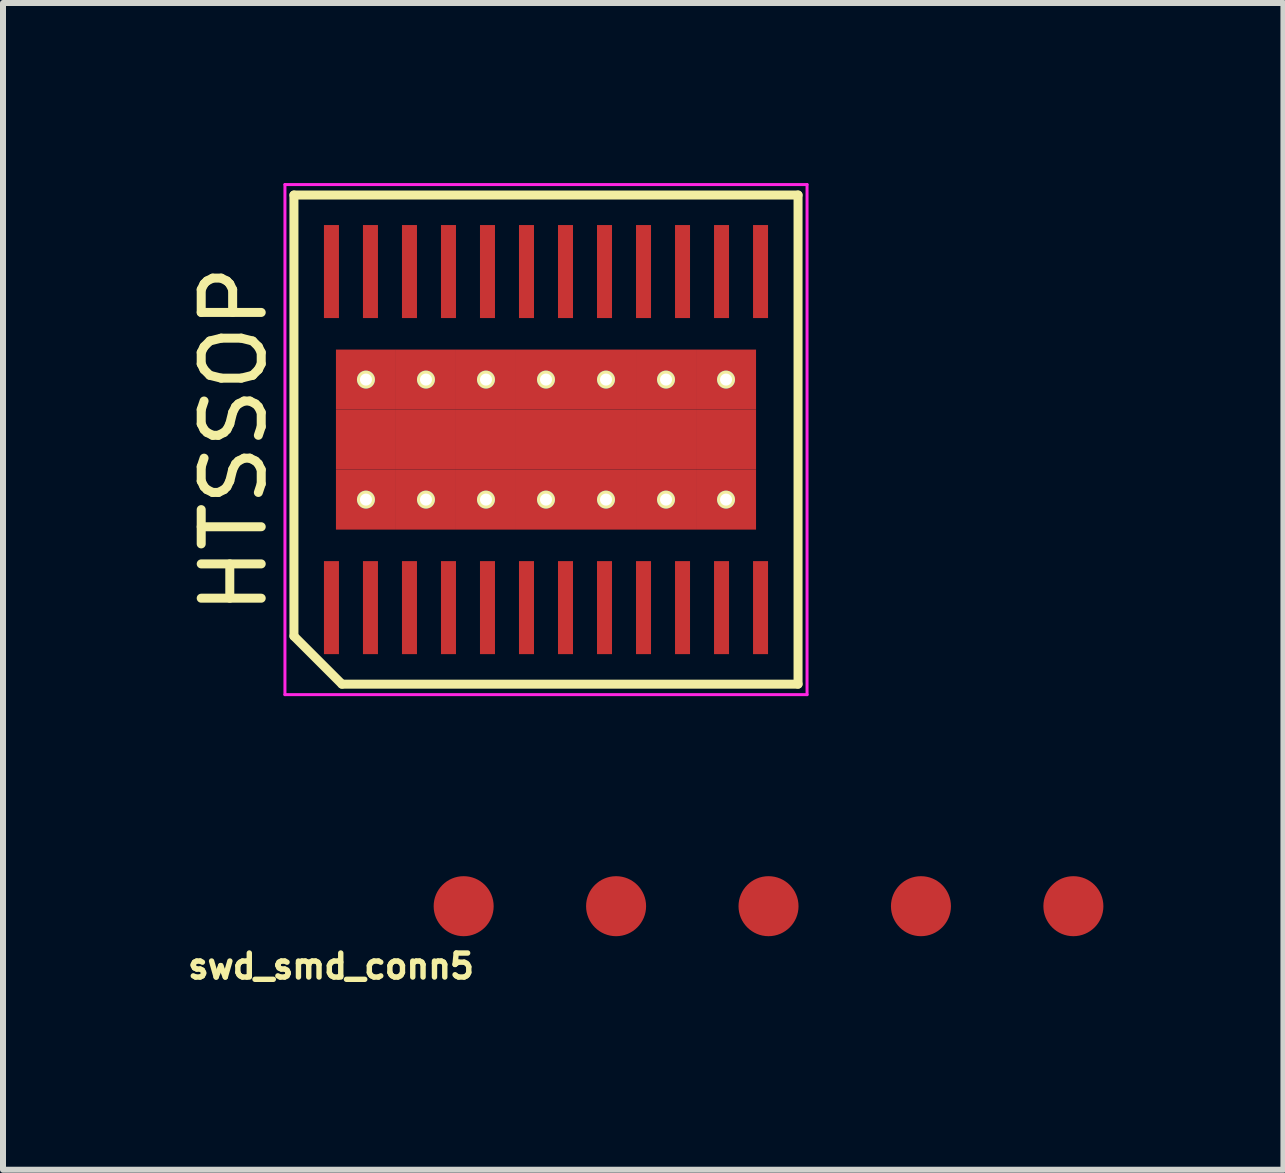
<source format=kicad_pcb>
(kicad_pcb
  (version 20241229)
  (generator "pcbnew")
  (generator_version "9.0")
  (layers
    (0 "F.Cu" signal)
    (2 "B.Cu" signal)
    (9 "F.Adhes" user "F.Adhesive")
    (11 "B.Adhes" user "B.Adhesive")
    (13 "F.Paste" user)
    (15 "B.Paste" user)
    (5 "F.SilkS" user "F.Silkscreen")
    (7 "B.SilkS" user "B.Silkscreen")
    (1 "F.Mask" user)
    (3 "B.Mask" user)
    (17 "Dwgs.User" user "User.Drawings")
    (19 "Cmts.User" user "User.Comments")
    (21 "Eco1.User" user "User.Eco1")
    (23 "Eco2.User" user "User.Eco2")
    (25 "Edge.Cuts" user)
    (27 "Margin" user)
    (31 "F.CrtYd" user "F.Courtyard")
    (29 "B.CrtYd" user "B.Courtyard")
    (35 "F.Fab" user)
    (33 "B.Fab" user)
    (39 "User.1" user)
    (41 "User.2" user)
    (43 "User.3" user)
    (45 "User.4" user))
  (footprint "HTSSOP"
    (layer "F.Cu")
    (at 6.048 4.275)
    (property "Reference" "HTSSOP" (at -5.2 0 90) (layer "F.SilkS") (effects (font (size 1 1) (thickness 0.15))))
    (attr smd)
    (fp_line (start -4.2 -4.075) (end 4.2 -4.075) (stroke (width 0.15) (type solid)) (layer "F.SilkS"))
    (fp_line (start -4.2 3.275) (end -4.2 -4.075) (stroke (width 0.15) (type solid)) (layer "F.SilkS"))
    (fp_line (start -3.4 4.075) (end -4.2 3.275) (stroke (width 0.15) (type solid)) (layer "F.SilkS"))
    (fp_line (start 4.2 -4.075) (end 4.2 4.075) (stroke (width 0.15) (type solid)) (layer "F.SilkS"))
    (fp_line (start 4.2 4.075) (end -3.4 4.075) (stroke (width 0.15) (type solid)) (layer "F.SilkS"))
    (fp_line (start -4.35 -4.25) (end 4.35 -4.25) (stroke (width 0.05) (type solid)) (layer "F.CrtYd"))
    (fp_line (start -4.35 4.25) (end -4.35 -4.25) (stroke (width 0.05) (type solid)) (layer "F.CrtYd"))
    (fp_line (start 4.35 -4.25) (end 4.35 4.25) (stroke (width 0.05) (type solid)) (layer "F.CrtYd"))
    (fp_line (start 4.35 4.25) (end -4.35 4.25) (stroke (width 0.05) (type solid)) (layer "F.CrtYd"))
    (pad "1" smd rect (at -3.575 2.8) (size 0.25 1.55) (layers "F.Cu" "F.Mask" "F.Paste"))
    (pad "2" smd rect (at -2.925 2.8) (size 0.25 1.55) (layers "F.Cu" "F.Mask" "F.Paste"))
    (pad "3" smd rect (at -2.275 2.8) (size 0.25 1.55) (layers "F.Cu" "F.Mask" "F.Paste"))
    (pad "4" smd rect (at -1.625 2.8) (size 0.25 1.55) (layers "F.Cu" "F.Mask" "F.Paste"))
    (pad "5" smd rect (at -0.975 2.8) (size 0.25 1.55) (layers "F.Cu" "F.Mask" "F.Paste"))
    (pad "6" smd rect (at -0.325 2.8) (size 0.25 1.55) (layers "F.Cu" "F.Mask" "F.Paste"))
    (pad "7" smd rect (at 0.325 2.8) (size 0.25 1.55) (layers "F.Cu" "F.Mask" "F.Paste"))
    (pad "8" smd rect (at 0.975 2.8) (size 0.25 1.55) (layers "F.Cu" "F.Mask" "F.Paste"))
    (pad "9" smd rect (at 1.625 2.8) (size 0.25 1.55) (layers "F.Cu" "F.Mask" "F.Paste"))
    (pad "10" smd rect (at 2.275 2.8) (size 0.25 1.55) (layers "F.Cu" "F.Mask" "F.Paste"))
    (pad "11" smd rect (at 2.925 2.8) (size 0.25 1.55) (layers "F.Cu" "F.Mask" "F.Paste"))
    (pad "12" smd rect (at 3.575 2.8) (size 0.25 1.55) (layers "F.Cu" "F.Mask" "F.Paste"))
    (pad "13" smd rect (at 3.575 -2.8) (size 0.25 1.55) (layers "F.Cu" "F.Mask" "F.Paste"))
    (pad "14" smd rect (at 2.925 -2.8) (size 0.25 1.55) (layers "F.Cu" "F.Mask" "F.Paste"))
    (pad "15" smd rect (at 2.275 -2.8) (size 0.25 1.55) (layers "F.Cu" "F.Mask" "F.Paste"))
    (pad "16" smd rect (at 1.625 -2.8) (size 0.25 1.55) (layers "F.Cu" "F.Mask" "F.Paste"))
    (pad "17" smd rect (at 0.975 -2.8) (size 0.25 1.55) (layers "F.Cu" "F.Mask" "F.Paste"))
    (pad "18" smd rect (at 0.325 -2.8) (size 0.25 1.55) (layers "F.Cu" "F.Mask" "F.Paste"))
    (pad "19" smd rect (at -0.325 -2.8) (size 0.25 1.55) (layers "F.Cu" "F.Mask" "F.Paste"))
    (pad "20" smd rect (at -0.975 -2.8) (size 0.25 1.55) (layers "F.Cu" "F.Mask" "F.Paste"))
    (pad "21" smd rect (at -1.625 -2.8) (size 0.25 1.55) (layers "F.Cu" "F.Mask" "F.Paste"))
    (pad "22" smd rect (at -2.275 -2.8) (size 0.25 1.55) (layers "F.Cu" "F.Mask" "F.Paste"))
    (pad "23" smd rect (at -2.925 -2.8) (size 0.25 1.55) (layers "F.Cu" "F.Mask" "F.Paste"))
    (pad "24" smd rect (at -3.575 -2.8) (size 0.25 1.55) (layers "F.Cu" "F.Mask" "F.Paste"))
    (pad "25" thru_hole circle (at -3 -1) (size 0.3 0.3) (drill 0.2) (layers "*.Cu" "*.Mask" "F.SilkS"))
    (pad "25" smd rect (at -3 -1) (size 1 1) (layers "F.Cu" "F.Mask" "F.Paste"))
    (pad "25" smd rect (at -3 0) (size 1 1) (layers "F.Cu" "F.Mask" "F.Paste"))
    (pad "25" thru_hole circle (at -3 1) (size 0.3 0.3) (drill 0.2) (layers "*.Cu" "*.Mask" "F.SilkS"))
    (pad "25" smd rect (at -3 1) (size 1 1) (layers "F.Cu" "F.Mask" "F.Paste"))
    (pad "25" thru_hole circle (at -2 -1) (size 0.3 0.3) (drill 0.2) (layers "*.Cu" "*.Mask" "F.SilkS"))
    (pad "25" smd rect (at -2 -1) (size 1 1) (layers "F.Cu" "F.Mask" "F.Paste"))
    (pad "25" smd rect (at -2 0) (size 1 1) (layers "F.Cu" "F.Mask" "F.Paste"))
    (pad "25" thru_hole circle (at -2 1) (size 0.3 0.3) (drill 0.2) (layers "*.Cu" "*.Mask" "F.SilkS"))
    (pad "25" smd rect (at -2 1) (size 1 1) (layers "F.Cu" "F.Mask" "F.Paste"))
    (pad "25" thru_hole circle (at -1 -1) (size 0.3 0.3) (drill 0.2) (layers "*.Cu" "*.Mask" "F.SilkS"))
    (pad "25" smd rect (at -1 -1) (size 1 1) (layers "F.Cu" "F.Mask" "F.Paste"))
    (pad "25" smd rect (at -1 0) (size 1 1) (layers "F.Cu" "F.Mask" "F.Paste"))
    (pad "25" thru_hole circle (at -1 1) (size 0.3 0.3) (drill 0.2) (layers "*.Cu" "*.Mask" "F.SilkS"))
    (pad "25" smd rect (at -1 1) (size 1 1) (layers "F.Cu" "F.Mask" "F.Paste"))
    (pad "25" thru_hole circle (at 0 -1) (size 0.3 0.3) (drill 0.2) (layers "*.Cu" "*.Mask" "F.SilkS"))
    (pad "25" smd rect (at 0 -1) (size 1 1) (layers "F.Cu" "F.Mask" "F.Paste"))
    (pad "25" smd rect (at 0 0) (size 1 1) (layers "F.Cu" "F.Mask" "F.Paste"))
    (pad "25" thru_hole circle (at 0 1) (size 0.3 0.3) (drill 0.2) (layers "*.Cu" "*.Mask" "F.SilkS"))
    (pad "25" smd rect (at 0 1) (size 1 1) (layers "F.Cu" "F.Mask" "F.Paste"))
    (pad "25" thru_hole circle (at 1 -1) (size 0.3 0.3) (drill 0.2) (layers "*.Cu" "*.Mask" "F.SilkS"))
    (pad "25" smd rect (at 1 -1) (size 1 1) (layers "F.Cu" "F.Mask" "F.Paste"))
    (pad "25" smd rect (at 1 0) (size 1 1) (layers "F.Cu" "F.Mask" "F.Paste"))
    (pad "25" thru_hole circle (at 1 1) (size 0.3 0.3) (drill 0.2) (layers "*.Cu" "*.Mask" "F.SilkS"))
    (pad "25" smd rect (at 1 1) (size 1 1) (layers "F.Cu" "F.Mask" "F.Paste"))
    (pad "25" thru_hole circle (at 2 -1) (size 0.3 0.3) (drill 0.2) (layers "*.Cu" "*.Mask" "F.SilkS"))
    (pad "25" smd rect (at 2 -1) (size 1 1) (layers "F.Cu" "F.Mask" "F.Paste"))
    (pad "25" smd rect (at 2 0) (size 1 1) (layers "F.Cu" "F.Mask" "F.Paste"))
    (pad "25" thru_hole circle (at 2 1) (size 0.3 0.3) (drill 0.2) (layers "*.Cu" "*.Mask" "F.SilkS"))
    (pad "25" smd rect (at 2 1) (size 1 1) (layers "F.Cu" "F.Mask" "F.Paste"))
    (pad "25" thru_hole circle (at 3 -1) (size 0.3 0.3) (drill 0.2) (layers "*.Cu" "*.Mask" "F.SilkS"))
    (pad "25" smd rect (at 3 -1) (size 1 1) (layers "F.Cu" "F.Mask" "F.Paste"))
    (pad "25" smd rect (at 3 0) (size 1 1) (layers "F.Cu" "F.Mask" "F.Paste"))
    (pad "25" thru_hole circle (at 3 1) (size 0.3 0.3) (drill 0.2) (layers "*.Cu" "*.Mask" "F.SilkS"))
    (pad "25" smd rect (at 3 1) (size 1 1) (layers "F.Cu" "F.Mask" "F.Paste")))
  (footprint "swd_smd_conn5"
    (layer "F.Cu")
    (at 8.486 12.05)
    (property "Reference" "swd_smd_conn5" (at -6.02 1 0) (layer "F.SilkS") (effects (font (size 0.4 0.4) (thickness 0.09))))
    (attr through_hole)
    (pad "1" smd oval (at -3.81 0) (size 1 1) (layers "F.Cu" "F.Mask"))
    (pad "2" smd oval (at -1.27 0) (size 1 1) (layers "F.Cu" "F.Mask"))
    (pad "3" smd oval (at 1.27 0) (size 1 1) (layers "F.Cu" "F.Mask"))
    (pad "4" smd oval (at 3.81 0) (size 1 1) (layers "F.Cu" "F.Mask"))
    (pad "5" smd oval (at 6.35 0) (size 1 1) (layers "F.Cu" "F.Mask")))
  (gr_rect
    (start -3 -3)
    (end 18.336 16.442)
    (stroke (width 0.1) (type default))
    (fill no)
    (layer "Edge.Cuts")))
</source>
